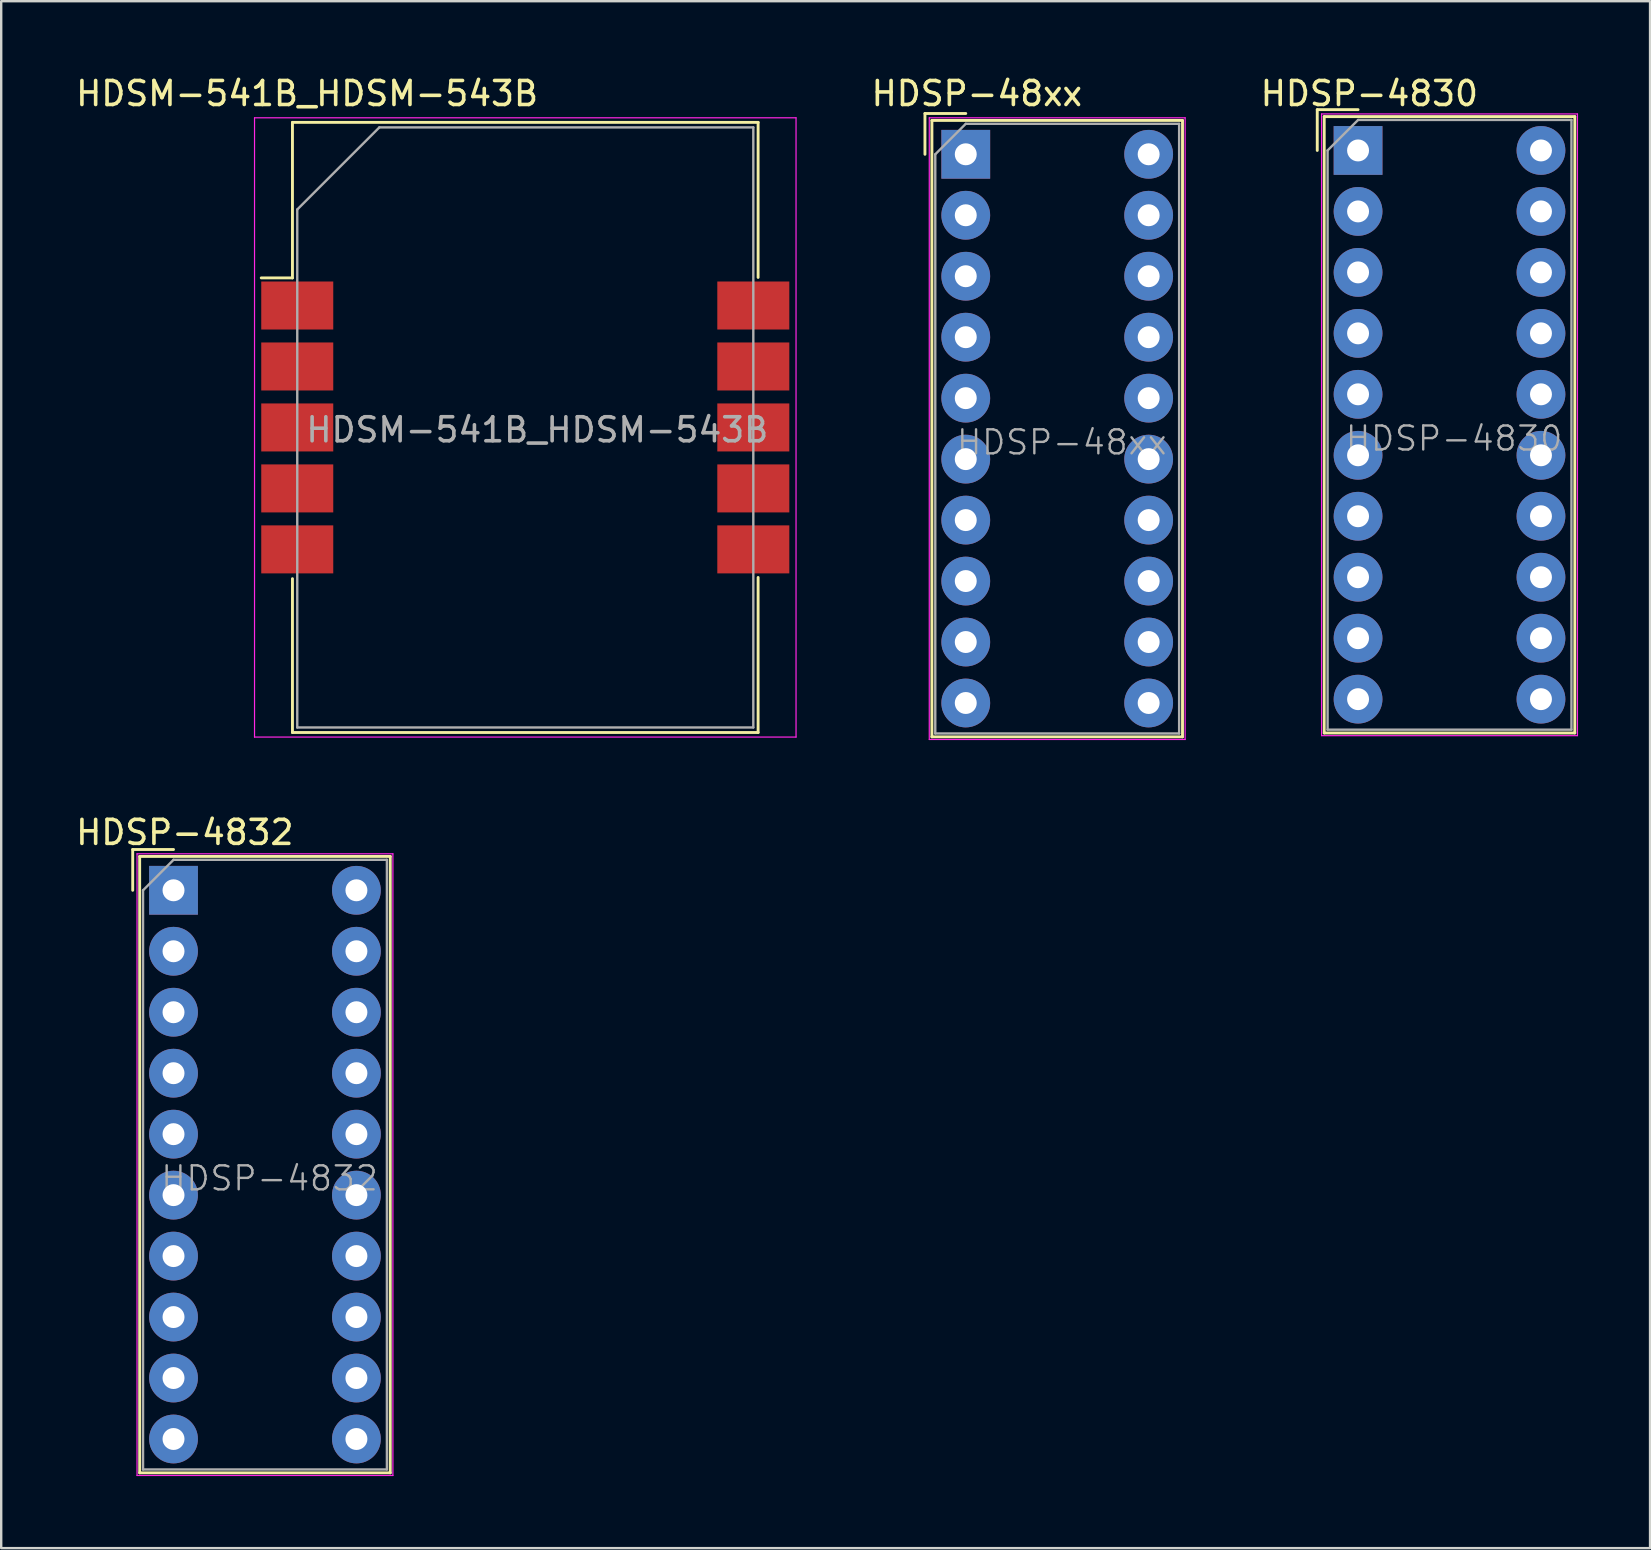
<source format=kicad_pcb>
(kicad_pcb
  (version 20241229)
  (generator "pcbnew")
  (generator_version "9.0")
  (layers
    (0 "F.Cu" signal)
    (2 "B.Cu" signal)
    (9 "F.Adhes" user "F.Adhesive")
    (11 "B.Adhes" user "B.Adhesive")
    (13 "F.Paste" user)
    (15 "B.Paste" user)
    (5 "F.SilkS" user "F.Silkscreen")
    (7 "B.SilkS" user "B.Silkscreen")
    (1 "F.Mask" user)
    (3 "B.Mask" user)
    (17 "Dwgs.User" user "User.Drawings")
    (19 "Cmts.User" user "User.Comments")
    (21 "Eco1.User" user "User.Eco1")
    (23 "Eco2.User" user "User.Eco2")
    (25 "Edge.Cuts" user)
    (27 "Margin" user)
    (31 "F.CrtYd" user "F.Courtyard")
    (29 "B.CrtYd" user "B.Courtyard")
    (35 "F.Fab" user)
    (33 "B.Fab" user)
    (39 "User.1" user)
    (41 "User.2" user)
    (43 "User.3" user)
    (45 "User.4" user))
  (footprint "HDSP-4830"
    (layer "F.Cu")
    (at 53.529 3.218)
    (property "Reference" "HDSP-4830" (at 0.47 -2.37 0) (layer "F.SilkS") (effects (font (size 1 1) (thickness 0.15))))
    (attr through_hole)
    (fp_line (start -1.7 -1.7) (end -1.7 0) (stroke (width 0.12) (type solid)) (layer "F.SilkS"))
    (fp_line (start -1.41 -1.41) (end 9.03 -1.41) (stroke (width 0.12) (type solid)) (layer "F.SilkS"))
    (fp_line (start -1.41 24.27) (end -1.41 -1.41) (stroke (width 0.12) (type solid)) (layer "F.SilkS"))
    (fp_line (start 0 -1.7) (end -1.7 -1.7) (stroke (width 0.12) (type solid)) (layer "F.SilkS"))
    (fp_line (start 9.03 -1.41) (end 9.03 24.27) (stroke (width 0.12) (type solid)) (layer "F.SilkS"))
    (fp_line (start 9.03 24.27) (end -1.41 24.27) (stroke (width 0.12) (type solid)) (layer "F.SilkS"))
    (fp_line (start -1.52 -1.52) (end -1.52 24.38) (stroke (width 0.05) (type solid)) (layer "F.CrtYd"))
    (fp_line (start -1.52 -1.52) (end 9.14 -1.52) (stroke (width 0.05) (type solid)) (layer "F.CrtYd"))
    (fp_line (start -1.52 24.38) (end 9.14 24.38) (stroke (width 0.05) (type solid)) (layer "F.CrtYd"))
    (fp_line (start 9.14 24.38) (end 9.14 -1.52) (stroke (width 0.05) (type solid)) (layer "F.CrtYd"))
    (fp_line (start -1.27 0) (end -1.27 24.13) (stroke (width 0.1) (type solid)) (layer "F.Fab"))
    (fp_line (start -1.27 24.13) (end 8.89 24.13) (stroke (width 0.1) (type solid)) (layer "F.Fab"))
    (fp_line (start 0 -1.27) (end -1.27 0) (stroke (width 0.1) (type solid)) (layer "F.Fab"))
    (fp_line (start 0 -1.27) (end 8.89 -1.27) (stroke (width 0.1) (type solid)) (layer "F.Fab"))
    (fp_line (start 8.89 -1.27) (end 8.89 24.13) (stroke (width 0.1) (type solid)) (layer "F.Fab"))
    (fp_text user "${REFERENCE}" (at 4 12 0) (layer "F.Fab") (effects (font (size 1 1) (thickness 0.1))))
    (pad "1" thru_hole rect (at 0 0 270) (size 2.032 2.032) (drill 0.914) (layers "*.Cu" "*.Mask"))
    (pad "2" thru_hole circle (at 0 2.54 270) (size 2.032 2.032) (drill 0.914) (layers "*.Cu" "*.Mask"))
    (pad "3" thru_hole circle (at 0 5.08 270) (size 2.032 2.032) (drill 0.914) (layers "*.Cu" "*.Mask"))
    (pad "4" thru_hole circle (at 0 7.62 270) (size 2.032 2.032) (drill 0.914) (layers "*.Cu" "*.Mask"))
    (pad "5" thru_hole circle (at 0 10.16 270) (size 2.032 2.032) (drill 0.914) (layers "*.Cu" "*.Mask"))
    (pad "6" thru_hole circle (at 0 12.7 270) (size 2.032 2.032) (drill 0.914) (layers "*.Cu" "*.Mask"))
    (pad "7" thru_hole circle (at 0 15.24 270) (size 2.032 2.032) (drill 0.914) (layers "*.Cu" "*.Mask"))
    (pad "8" thru_hole circle (at 0 17.78 270) (size 2.032 2.032) (drill 0.914) (layers "*.Cu" "*.Mask"))
    (pad "9" thru_hole circle (at 0 20.32 270) (size 2.032 2.032) (drill 0.914) (layers "*.Cu" "*.Mask"))
    (pad "10" thru_hole circle (at 0 22.86 270) (size 2.032 2.032) (drill 0.914) (layers "*.Cu" "*.Mask"))
    (pad "11" thru_hole circle (at 7.62 22.86 270) (size 2.032 2.032) (drill 0.914) (layers "*.Cu" "*.Mask"))
    (pad "12" thru_hole circle (at 7.62 20.32 270) (size 2.032 2.032) (drill 0.914) (layers "*.Cu" "*.Mask"))
    (pad "13" thru_hole circle (at 7.62 17.78 270) (size 2.032 2.032) (drill 0.914) (layers "*.Cu" "*.Mask"))
    (pad "14" thru_hole circle (at 7.62 15.24 270) (size 2.032 2.032) (drill 0.914) (layers "*.Cu" "*.Mask"))
    (pad "15" thru_hole circle (at 7.62 12.7 270) (size 2.032 2.032) (drill 0.914) (layers "*.Cu" "*.Mask"))
    (pad "16" thru_hole circle (at 7.62 10.16 270) (size 2.032 2.032) (drill 0.914) (layers "*.Cu" "*.Mask"))
    (pad "17" thru_hole circle (at 7.62 7.62 270) (size 2.032 2.032) (drill 0.914) (layers "*.Cu" "*.Mask"))
    (pad "18" thru_hole circle (at 7.62 5.08 270) (size 2.032 2.032) (drill 0.914) (layers "*.Cu" "*.Mask"))
    (pad "19" thru_hole circle (at 7.62 2.54 270) (size 2.032 2.032) (drill 0.914) (layers "*.Cu" "*.Mask"))
    (pad "20" thru_hole circle (at 7.62 0 270) (size 2.032 2.032) (drill 0.914) (layers "*.Cu" "*.Mask")))
  (footprint "HDSP-48xx"
    (layer "F.Cu")
    (at 37.185 3.378)
    (property "Reference" "HDSP-48xx" (at 0.46 -2.53 0) (layer "F.SilkS") (effects (font (size 1 1) (thickness 0.15))))
    (attr through_hole)
    (fp_line (start -1.7 -1.7) (end -1.7 0) (stroke (width 0.12) (type solid)) (layer "F.SilkS"))
    (fp_line (start -1.41 -1.41) (end 9.03 -1.41) (stroke (width 0.12) (type solid)) (layer "F.SilkS"))
    (fp_line (start -1.41 24.27) (end -1.41 -1.41) (stroke (width 0.12) (type solid)) (layer "F.SilkS"))
    (fp_line (start 0 -1.7) (end -1.7 -1.7) (stroke (width 0.12) (type solid)) (layer "F.SilkS"))
    (fp_line (start 9.03 -1.41) (end 9.03 24.27) (stroke (width 0.12) (type solid)) (layer "F.SilkS"))
    (fp_line (start 9.03 24.27) (end -1.41 24.27) (stroke (width 0.12) (type solid)) (layer "F.SilkS"))
    (fp_line (start -1.52 -1.52) (end -1.52 24.38) (stroke (width 0.05) (type solid)) (layer "F.CrtYd"))
    (fp_line (start -1.52 -1.52) (end 9.14 -1.52) (stroke (width 0.05) (type solid)) (layer "F.CrtYd"))
    (fp_line (start -1.52 24.38) (end 9.14 24.38) (stroke (width 0.05) (type solid)) (layer "F.CrtYd"))
    (fp_line (start 9.14 24.38) (end 9.14 -1.52) (stroke (width 0.05) (type solid)) (layer "F.CrtYd"))
    (fp_line (start -1.27 0) (end -1.27 24.13) (stroke (width 0.1) (type solid)) (layer "F.Fab"))
    (fp_line (start -1.27 24.13) (end 8.89 24.13) (stroke (width 0.1) (type solid)) (layer "F.Fab"))
    (fp_line (start 0 -1.27) (end -1.27 0) (stroke (width 0.1) (type solid)) (layer "F.Fab"))
    (fp_line (start 0 -1.27) (end 8.89 -1.27) (stroke (width 0.1) (type solid)) (layer "F.Fab"))
    (fp_line (start 8.89 -1.27) (end 8.89 24.13) (stroke (width 0.1) (type solid)) (layer "F.Fab"))
    (fp_text user "${REFERENCE}" (at 4 12 0) (layer "F.Fab") (effects (font (size 1 1) (thickness 0.1))))
    (pad "1" thru_hole rect (at 0 0 270) (size 2.032 2.032) (drill 0.914) (layers "*.Cu" "*.Mask"))
    (pad "2" thru_hole circle (at 0 2.54 270) (size 2.032 2.032) (drill 0.914) (layers "*.Cu" "*.Mask"))
    (pad "3" thru_hole circle (at 0 5.08 270) (size 2.032 2.032) (drill 0.914) (layers "*.Cu" "*.Mask"))
    (pad "4" thru_hole circle (at 0 7.62 270) (size 2.032 2.032) (drill 0.914) (layers "*.Cu" "*.Mask"))
    (pad "5" thru_hole circle (at 0 10.16 270) (size 2.032 2.032) (drill 0.914) (layers "*.Cu" "*.Mask"))
    (pad "6" thru_hole circle (at 0 12.7 270) (size 2.032 2.032) (drill 0.914) (layers "*.Cu" "*.Mask"))
    (pad "7" thru_hole circle (at 0 15.24 270) (size 2.032 2.032) (drill 0.914) (layers "*.Cu" "*.Mask"))
    (pad "8" thru_hole circle (at 0 17.78 270) (size 2.032 2.032) (drill 0.914) (layers "*.Cu" "*.Mask"))
    (pad "9" thru_hole circle (at 0 20.32 270) (size 2.032 2.032) (drill 0.914) (layers "*.Cu" "*.Mask"))
    (pad "10" thru_hole circle (at 0 22.86 270) (size 2.032 2.032) (drill 0.914) (layers "*.Cu" "*.Mask"))
    (pad "11" thru_hole circle (at 7.62 22.86 270) (size 2.032 2.032) (drill 0.914) (layers "*.Cu" "*.Mask"))
    (pad "12" thru_hole circle (at 7.62 20.32 270) (size 2.032 2.032) (drill 0.914) (layers "*.Cu" "*.Mask"))
    (pad "13" thru_hole circle (at 7.62 17.78 270) (size 2.032 2.032) (drill 0.914) (layers "*.Cu" "*.Mask"))
    (pad "14" thru_hole circle (at 7.62 15.24 270) (size 2.032 2.032) (drill 0.914) (layers "*.Cu" "*.Mask"))
    (pad "15" thru_hole circle (at 7.62 12.7 270) (size 2.032 2.032) (drill 0.914) (layers "*.Cu" "*.Mask"))
    (pad "16" thru_hole circle (at 7.62 10.16 270) (size 2.032 2.032) (drill 0.914) (layers "*.Cu" "*.Mask"))
    (pad "17" thru_hole circle (at 7.62 7.62 270) (size 2.032 2.032) (drill 0.914) (layers "*.Cu" "*.Mask"))
    (pad "18" thru_hole circle (at 7.62 5.08 270) (size 2.032 2.032) (drill 0.914) (layers "*.Cu" "*.Mask"))
    (pad "19" thru_hole circle (at 7.62 2.54 270) (size 2.032 2.032) (drill 0.914) (layers "*.Cu" "*.Mask"))
    (pad "20" thru_hole circle (at 7.62 0 270) (size 2.032 2.032) (drill 0.914) (layers "*.Cu" "*.Mask")))
  (footprint "HDSP-4832"
    (layer "F.Cu")
    (at 4.179 34.041)
    (property "Reference" "HDSP-4832" (at 0.47 -2.41 0) (layer "F.SilkS") (effects (font (size 1 1) (thickness 0.15))))
    (attr through_hole)
    (fp_line (start -1.7 -1.7) (end -1.7 0) (stroke (width 0.12) (type solid)) (layer "F.SilkS"))
    (fp_line (start -1.41 -1.41) (end 9.03 -1.41) (stroke (width 0.12) (type solid)) (layer "F.SilkS"))
    (fp_line (start -1.41 24.27) (end -1.41 -1.41) (stroke (width 0.12) (type solid)) (layer "F.SilkS"))
    (fp_line (start 0 -1.7) (end -1.7 -1.7) (stroke (width 0.12) (type solid)) (layer "F.SilkS"))
    (fp_line (start 9.03 -1.41) (end 9.03 24.27) (stroke (width 0.12) (type solid)) (layer "F.SilkS"))
    (fp_line (start 9.03 24.27) (end -1.41 24.27) (stroke (width 0.12) (type solid)) (layer "F.SilkS"))
    (fp_line (start -1.52 -1.52) (end -1.52 24.38) (stroke (width 0.05) (type solid)) (layer "F.CrtYd"))
    (fp_line (start -1.52 -1.52) (end 9.14 -1.52) (stroke (width 0.05) (type solid)) (layer "F.CrtYd"))
    (fp_line (start -1.52 24.38) (end 9.14 24.38) (stroke (width 0.05) (type solid)) (layer "F.CrtYd"))
    (fp_line (start 9.14 24.38) (end 9.14 -1.52) (stroke (width 0.05) (type solid)) (layer "F.CrtYd"))
    (fp_line (start -1.27 0) (end -1.27 24.13) (stroke (width 0.1) (type solid)) (layer "F.Fab"))
    (fp_line (start -1.27 24.13) (end 8.89 24.13) (stroke (width 0.1) (type solid)) (layer "F.Fab"))
    (fp_line (start 0 -1.27) (end -1.27 0) (stroke (width 0.1) (type solid)) (layer "F.Fab"))
    (fp_line (start 0 -1.27) (end 8.89 -1.27) (stroke (width 0.1) (type solid)) (layer "F.Fab"))
    (fp_line (start 8.89 -1.27) (end 8.89 24.13) (stroke (width 0.1) (type solid)) (layer "F.Fab"))
    (fp_text user "${REFERENCE}" (at 4 12 0) (layer "F.Fab") (effects (font (size 1 1) (thickness 0.1))))
    (pad "1" thru_hole rect (at 0 0 270) (size 2.032 2.032) (drill 0.914) (layers "*.Cu" "*.Mask"))
    (pad "2" thru_hole circle (at 0 2.54 270) (size 2.032 2.032) (drill 0.914) (layers "*.Cu" "*.Mask"))
    (pad "3" thru_hole circle (at 0 5.08 270) (size 2.032 2.032) (drill 0.914) (layers "*.Cu" "*.Mask"))
    (pad "4" thru_hole circle (at 0 7.62 270) (size 2.032 2.032) (drill 0.914) (layers "*.Cu" "*.Mask"))
    (pad "5" thru_hole circle (at 0 10.16 270) (size 2.032 2.032) (drill 0.914) (layers "*.Cu" "*.Mask"))
    (pad "6" thru_hole circle (at 0 12.7 270) (size 2.032 2.032) (drill 0.914) (layers "*.Cu" "*.Mask"))
    (pad "7" thru_hole circle (at 0 15.24 270) (size 2.032 2.032) (drill 0.914) (layers "*.Cu" "*.Mask"))
    (pad "8" thru_hole circle (at 0 17.78 270) (size 2.032 2.032) (drill 0.914) (layers "*.Cu" "*.Mask"))
    (pad "9" thru_hole circle (at 0 20.32 270) (size 2.032 2.032) (drill 0.914) (layers "*.Cu" "*.Mask"))
    (pad "10" thru_hole circle (at 0 22.86 270) (size 2.032 2.032) (drill 0.914) (layers "*.Cu" "*.Mask"))
    (pad "11" thru_hole circle (at 7.62 22.86 270) (size 2.032 2.032) (drill 0.914) (layers "*.Cu" "*.Mask"))
    (pad "12" thru_hole circle (at 7.62 20.32 270) (size 2.032 2.032) (drill 0.914) (layers "*.Cu" "*.Mask"))
    (pad "13" thru_hole circle (at 7.62 17.78 270) (size 2.032 2.032) (drill 0.914) (layers "*.Cu" "*.Mask"))
    (pad "14" thru_hole circle (at 7.62 15.24 270) (size 2.032 2.032) (drill 0.914) (layers "*.Cu" "*.Mask"))
    (pad "15" thru_hole circle (at 7.62 12.7 270) (size 2.032 2.032) (drill 0.914) (layers "*.Cu" "*.Mask"))
    (pad "16" thru_hole circle (at 7.62 10.16 270) (size 2.032 2.032) (drill 0.914) (layers "*.Cu" "*.Mask"))
    (pad "17" thru_hole circle (at 7.62 7.62 270) (size 2.032 2.032) (drill 0.914) (layers "*.Cu" "*.Mask"))
    (pad "18" thru_hole circle (at 7.62 5.08 270) (size 2.032 2.032) (drill 0.914) (layers "*.Cu" "*.Mask"))
    (pad "19" thru_hole circle (at 7.62 2.54 270) (size 2.032 2.032) (drill 0.914) (layers "*.Cu" "*.Mask"))
    (pad "20" thru_hole circle (at 7.62 0 270) (size 2.032 2.032) (drill 0.914) (layers "*.Cu" "*.Mask")))
  (footprint "HDSM-541B_HDSM-543B"
    (layer "F.Cu")
    (at 18.834 14.758)
    (property "Reference" "HDSM-541B_HDSM-543B" (at -9.09 -13.91 0) (layer "F.SilkS") (effects (font (size 1 1) (thickness 0.15))))
    (attr smd)
    (fp_line (start -11 -6.23) (end -9.7 -6.23) (stroke (width 0.12) (type solid)) (layer "F.SilkS"))
    (fp_line (start -9.7 -12.71) (end 9.7 -12.71) (stroke (width 0.12) (type solid)) (layer "F.SilkS"))
    (fp_line (start -9.7 -6.23) (end -9.7 -12.71) (stroke (width 0.12) (type solid)) (layer "F.SilkS"))
    (fp_line (start -9.7 6.3) (end -9.7 12.71) (stroke (width 0.12) (type solid)) (layer "F.SilkS"))
    (fp_line (start -9.7 12.71) (end 9.7 12.71) (stroke (width 0.12) (type solid)) (layer "F.SilkS"))
    (fp_line (start 9.7 -6.25) (end 9.7 -12.71) (stroke (width 0.12) (type solid)) (layer "F.SilkS"))
    (fp_line (start 9.7 6.25) (end 9.7 12.71) (stroke (width 0.12) (type solid)) (layer "F.SilkS"))
    (fp_line (start -11.28 -12.9) (end 11.28 -12.9) (stroke (width 0.05) (type solid)) (layer "F.CrtYd"))
    (fp_line (start -11.28 12.9) (end -11.28 -12.9) (stroke (width 0.05) (type solid)) (layer "F.CrtYd"))
    (fp_line (start 11.28 -12.9) (end 11.28 12.9) (stroke (width 0.05) (type solid)) (layer "F.CrtYd"))
    (fp_line (start 11.28 12.9) (end -11.28 12.9) (stroke (width 0.05) (type solid)) (layer "F.CrtYd"))
    (fp_line (start -9.5 -9.08) (end -6.08 -12.5) (stroke (width 0.1) (type solid)) (layer "F.Fab"))
    (fp_line (start -9.5 12.5) (end -9.5 -9.08) (stroke (width 0.1) (type solid)) (layer "F.Fab"))
    (fp_line (start -6.08 -12.5) (end 9.5 -12.5) (stroke (width 0.1) (type solid)) (layer "F.Fab"))
    (fp_line (start 9.5 -12.5) (end 9.5 12.5) (stroke (width 0.1) (type solid)) (layer "F.Fab"))
    (fp_line (start 9.5 12.5) (end -9.5 12.5) (stroke (width 0.1) (type solid)) (layer "F.Fab"))
    (fp_text user "${REFERENCE}" (at 0.5 0.1 0) (layer "F.Fab") (effects (font (size 1 1) (thickness 0.15))))
    (pad "1" smd rect (at -9.5 -5.08) (size 3 2) (layers "F.Cu" "F.Mask" "F.Paste"))
    (pad "2" smd rect (at -9.5 -2.54) (size 3 2) (layers "F.Cu" "F.Mask" "F.Paste"))
    (pad "3" smd rect (at -9.5 0) (size 3 2) (layers "F.Cu" "F.Mask" "F.Paste"))
    (pad "4" smd rect (at -9.5 2.54) (size 3 2) (layers "F.Cu" "F.Mask" "F.Paste"))
    (pad "5" smd rect (at -9.5 5.08) (size 3 2) (layers "F.Cu" "F.Mask" "F.Paste"))
    (pad "6" smd rect (at 9.5 5.08) (size 3 2) (layers "F.Cu" "F.Mask" "F.Paste"))
    (pad "7" smd rect (at 9.5 2.54) (size 3 2) (layers "F.Cu" "F.Mask" "F.Paste"))
    (pad "8" smd rect (at 9.5 0) (size 3 2) (layers "F.Cu" "F.Mask" "F.Paste"))
    (pad "9" smd rect (at 9.5 -2.54) (size 3 2) (layers "F.Cu" "F.Mask" "F.Paste"))
    (pad "10" smd rect (at 9.5 -5.08) (size 3 2) (layers "F.Cu" "F.Mask" "F.Paste")))
  (gr_rect
    (start -3 -3)
    (end 65.694 61.447)
    (stroke (width 0.1) (type default))
    (fill no)
    (layer "Edge.Cuts")))
</source>
